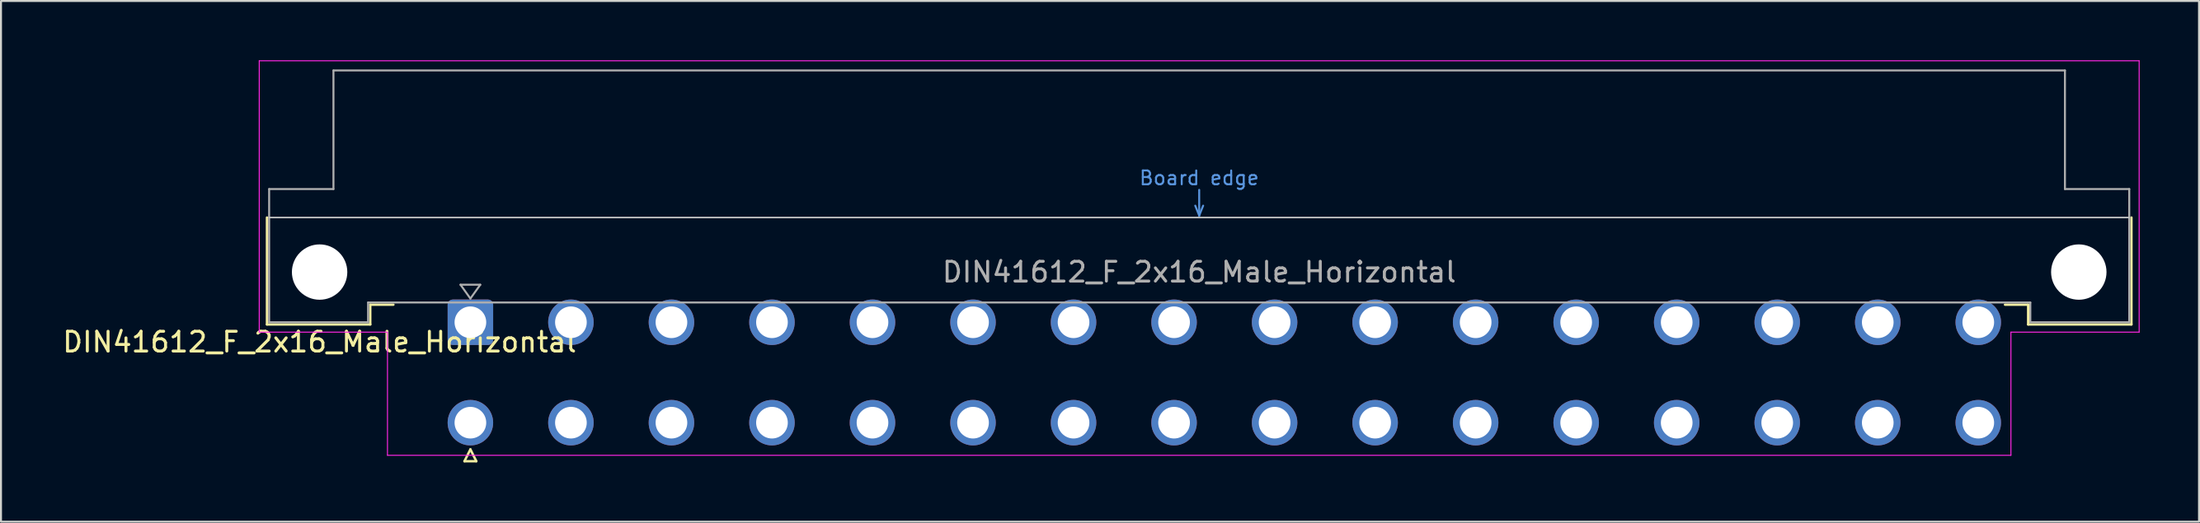
<source format=kicad_pcb>
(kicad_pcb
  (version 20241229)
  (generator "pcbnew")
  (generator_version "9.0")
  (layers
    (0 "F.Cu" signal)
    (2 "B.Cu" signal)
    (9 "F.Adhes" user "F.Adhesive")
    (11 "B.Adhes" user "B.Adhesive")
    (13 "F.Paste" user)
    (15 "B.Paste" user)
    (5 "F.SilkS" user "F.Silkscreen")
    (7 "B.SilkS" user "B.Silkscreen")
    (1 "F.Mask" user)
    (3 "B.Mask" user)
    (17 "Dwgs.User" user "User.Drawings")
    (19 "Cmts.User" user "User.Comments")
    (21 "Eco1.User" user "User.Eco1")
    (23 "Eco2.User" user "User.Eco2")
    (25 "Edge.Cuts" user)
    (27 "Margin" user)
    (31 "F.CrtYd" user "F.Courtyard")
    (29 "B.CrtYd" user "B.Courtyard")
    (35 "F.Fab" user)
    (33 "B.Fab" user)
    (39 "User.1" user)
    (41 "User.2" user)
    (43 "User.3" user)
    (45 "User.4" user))
  (footprint "DIN41612_F_2x16_Male_Horizontal"
    (layer "F.Cu")
    (at 18.181 13.255)
    (property "Reference" "DIN41612_F_2x16_Male_Horizontal" (at -5.08 1 0) (layer "F.SilkS") (effects (font (size 1 1) (thickness 0.15))))
    (attr through_hole)
    (fp_line (start -7.74 -5.3) (end -7.74 0.11) (stroke (width 0.12) (type solid)) (layer "F.SilkS"))
    (fp_line (start -7.74 0.11) (end -2.52 0.11) (stroke (width 0.12) (type solid)) (layer "F.SilkS"))
    (fp_line (start -2.52 -0.89) (end -1.35 -0.89) (stroke (width 0.12) (type solid)) (layer "F.SilkS"))
    (fp_line (start -2.52 0.11) (end -2.52 -0.89) (stroke (width 0.12) (type solid)) (layer "F.SilkS"))
    (fp_line (start 2.24 7.03) (end 2.84 7.03) (stroke (width 0.12) (type solid)) (layer "F.SilkS"))
    (fp_line (start 2.54 6.43) (end 2.24 7.03) (stroke (width 0.12) (type solid)) (layer "F.SilkS"))
    (fp_line (start 2.84 7.03) (end 2.54 6.43) (stroke (width 0.12) (type solid)) (layer "F.SilkS"))
    (fp_line (start 81.26 -0.89) (end 80.09 -0.89) (stroke (width 0.12) (type solid)) (layer "F.SilkS"))
    (fp_line (start 81.26 0.11) (end 81.26 -0.89) (stroke (width 0.12) (type solid)) (layer "F.SilkS"))
    (fp_line (start 86.48 -5.3) (end 86.48 0.11) (stroke (width 0.12) (type solid)) (layer "F.SilkS"))
    (fp_line (start 86.48 0.11) (end 81.26 0.11) (stroke (width 0.12) (type solid)) (layer "F.SilkS"))
    (fp_line (start -7.63 -5.3) (end 86.37 -5.3) (stroke (width 0.08) (type solid)) (layer "Dwgs.User"))
    (fp_line (start 39.17 -5.9) (end 39.37 -5.4) (stroke (width 0.1) (type solid)) (layer "Cmts.User"))
    (fp_line (start 39.37 -5.4) (end 39.37 -6.7) (stroke (width 0.1) (type solid)) (layer "Cmts.User"))
    (fp_line (start 39.37 -5.4) (end 39.57 -5.9) (stroke (width 0.1) (type solid)) (layer "Cmts.User"))
    (fp_line (start -8.13 -13.23) (end -8.13 0.5) (stroke (width 0.05) (type solid)) (layer "F.CrtYd"))
    (fp_line (start -8.13 0.5) (end -1.65 0.5) (stroke (width 0.05) (type solid)) (layer "F.CrtYd"))
    (fp_line (start -1.65 0.5) (end -1.65 6.73) (stroke (width 0.05) (type solid)) (layer "F.CrtYd"))
    (fp_line (start -1.65 6.73) (end 80.39 6.73) (stroke (width 0.05) (type solid)) (layer "F.CrtYd"))
    (fp_line (start 80.39 0.5) (end 86.87 0.5) (stroke (width 0.05) (type solid)) (layer "F.CrtYd"))
    (fp_line (start 80.39 6.73) (end 80.39 0.5) (stroke (width 0.05) (type solid)) (layer "F.CrtYd"))
    (fp_line (start 86.87 -13.23) (end -8.13 -13.23) (stroke (width 0.05) (type solid)) (layer "F.CrtYd"))
    (fp_line (start 86.87 0.5) (end 86.87 -13.23) (stroke (width 0.05) (type solid)) (layer "F.CrtYd"))
    (fp_line (start -7.63 -6.74) (end -7.63 0) (stroke (width 0.1) (type solid)) (layer "F.Fab"))
    (fp_line (start -7.63 0) (end -2.63 0) (stroke (width 0.1) (type solid)) (layer "F.Fab"))
    (fp_line (start -4.38 -12.74) (end -4.38 -6.74) (stroke (width 0.1) (type solid)) (layer "F.Fab"))
    (fp_line (start -4.38 -6.74) (end -7.63 -6.74) (stroke (width 0.1) (type solid)) (layer "F.Fab"))
    (fp_line (start -2.63 -1) (end 81.37 -1) (stroke (width 0.1) (type solid)) (layer "F.Fab"))
    (fp_line (start -2.63 0) (end -2.63 -1) (stroke (width 0.1) (type solid)) (layer "F.Fab"))
    (fp_line (start 2.04 -1.9) (end 3.04 -1.9) (stroke (width 0.1) (type solid)) (layer "F.Fab"))
    (fp_line (start 2.54 -1.2) (end 2.04 -1.9) (stroke (width 0.1) (type solid)) (layer "F.Fab"))
    (fp_line (start 3.04 -1.9) (end 2.54 -1.2) (stroke (width 0.1) (type solid)) (layer "F.Fab"))
    (fp_line (start 81.37 -1) (end 81.37 0) (stroke (width 0.1) (type solid)) (layer "F.Fab"))
    (fp_line (start 81.37 0) (end 86.37 0) (stroke (width 0.1) (type solid)) (layer "F.Fab"))
    (fp_line (start 83.12 -12.74) (end -4.38 -12.74) (stroke (width 0.1) (type solid)) (layer "F.Fab"))
    (fp_line (start 83.12 -6.74) (end 83.12 -12.74) (stroke (width 0.1) (type solid)) (layer "F.Fab"))
    (fp_line (start 86.37 -6.74) (end 83.12 -6.74) (stroke (width 0.1) (type solid)) (layer "F.Fab"))
    (fp_line (start 86.37 0) (end 86.37 -6.74) (stroke (width 0.1) (type solid)) (layer "F.Fab"))
    (fp_text user "Board edge" (at 39.37 -7.3 0) (layer "Cmts.User") (effects (font (size 0.7 0.7) (thickness 0.1))))
    (fp_text user "${REFERENCE}" (at 39.37 -2.54 0) (layer "F.Fab") (effects (font (size 1 1) (thickness 0.15))))
    (pad "" np_thru_hole circle (at -5.08 -2.54) (size 2.8 2.8) (drill 2.8) (layers "*.Cu" "*.Mask"))
    (pad "" np_thru_hole circle (at 83.82 -2.54) (size 2.8 2.8) (drill 2.8) (layers "*.Cu" "*.Mask"))
    (pad "d2" thru_hole circle (at 2.54 5.08) (size 2.3 2.3) (drill 1.6) (layers "*.Cu" "*.Mask"))
    (pad "d4" thru_hole circle (at 7.62 5.08) (size 2.3 2.3) (drill 1.6) (layers "*.Cu" "*.Mask"))
    (pad "d6" thru_hole circle (at 12.7 5.08) (size 2.3 2.3) (drill 1.6) (layers "*.Cu" "*.Mask"))
    (pad "d8" thru_hole circle (at 17.78 5.08) (size 2.3 2.3) (drill 1.6) (layers "*.Cu" "*.Mask"))
    (pad "d10" thru_hole circle (at 22.86 5.08) (size 2.3 2.3) (drill 1.6) (layers "*.Cu" "*.Mask"))
    (pad "d12" thru_hole circle (at 27.94 5.08) (size 2.3 2.3) (drill 1.6) (layers "*.Cu" "*.Mask"))
    (pad "d14" thru_hole circle (at 33.02 5.08) (size 2.3 2.3) (drill 1.6) (layers "*.Cu" "*.Mask"))
    (pad "d16" thru_hole circle (at 38.1 5.08) (size 2.3 2.3) (drill 1.6) (layers "*.Cu" "*.Mask"))
    (pad "d18" thru_hole circle (at 43.18 5.08) (size 2.3 2.3) (drill 1.6) (layers "*.Cu" "*.Mask"))
    (pad "d20" thru_hole circle (at 48.26 5.08) (size 2.3 2.3) (drill 1.6) (layers "*.Cu" "*.Mask"))
    (pad "d22" thru_hole circle (at 53.34 5.08) (size 2.3 2.3) (drill 1.6) (layers "*.Cu" "*.Mask"))
    (pad "d24" thru_hole circle (at 58.42 5.08) (size 2.3 2.3) (drill 1.6) (layers "*.Cu" "*.Mask"))
    (pad "d26" thru_hole circle (at 63.5 5.08) (size 2.3 2.3) (drill 1.6) (layers "*.Cu" "*.Mask"))
    (pad "d28" thru_hole circle (at 68.58 5.08) (size 2.3 2.3) (drill 1.6) (layers "*.Cu" "*.Mask"))
    (pad "d30" thru_hole circle (at 73.66 5.08) (size 2.3 2.3) (drill 1.6) (layers "*.Cu" "*.Mask"))
    (pad "d32" thru_hole circle (at 78.74 5.08) (size 2.3 2.3) (drill 1.6) (layers "*.Cu" "*.Mask"))
    (pad "z2" thru_hole roundrect (at 2.54 0) (size 2.3 2.3) (drill 1.6) (layers "*.Cu" "*.Mask") (roundrect_rratio 0.109))
    (pad "z4" thru_hole circle (at 7.62 0) (size 2.3 2.3) (drill 1.6) (layers "*.Cu" "*.Mask"))
    (pad "z6" thru_hole circle (at 12.7 0) (size 2.3 2.3) (drill 1.6) (layers "*.Cu" "*.Mask"))
    (pad "z8" thru_hole circle (at 17.78 0) (size 2.3 2.3) (drill 1.6) (layers "*.Cu" "*.Mask"))
    (pad "z10" thru_hole circle (at 22.86 0) (size 2.3 2.3) (drill 1.6) (layers "*.Cu" "*.Mask"))
    (pad "z12" thru_hole circle (at 27.94 0) (size 2.3 2.3) (drill 1.6) (layers "*.Cu" "*.Mask"))
    (pad "z14" thru_hole circle (at 33.02 0) (size 2.3 2.3) (drill 1.6) (layers "*.Cu" "*.Mask"))
    (pad "z16" thru_hole circle (at 38.1 0) (size 2.3 2.3) (drill 1.6) (layers "*.Cu" "*.Mask"))
    (pad "z18" thru_hole circle (at 43.18 0) (size 2.3 2.3) (drill 1.6) (layers "*.Cu" "*.Mask"))
    (pad "z20" thru_hole circle (at 48.26 0) (size 2.3 2.3) (drill 1.6) (layers "*.Cu" "*.Mask"))
    (pad "z22" thru_hole circle (at 53.34 0) (size 2.3 2.3) (drill 1.6) (layers "*.Cu" "*.Mask"))
    (pad "z24" thru_hole circle (at 58.42 0) (size 2.3 2.3) (drill 1.6) (layers "*.Cu" "*.Mask"))
    (pad "z26" thru_hole circle (at 63.5 0) (size 2.3 2.3) (drill 1.6) (layers "*.Cu" "*.Mask"))
    (pad "z28" thru_hole circle (at 68.58 0) (size 2.3 2.3) (drill 1.6) (layers "*.Cu" "*.Mask"))
    (pad "z30" thru_hole circle (at 73.66 0) (size 2.3 2.3) (drill 1.6) (layers "*.Cu" "*.Mask"))
    (pad "z32" thru_hole circle (at 78.74 0) (size 2.3 2.3) (drill 1.6) (layers "*.Cu" "*.Mask")))
  (gr_rect
    (start -3 -3)
    (end 108.076 23.345)
    (stroke (width 0.1) (type default))
    (fill no)
    (layer "Edge.Cuts")))
</source>
